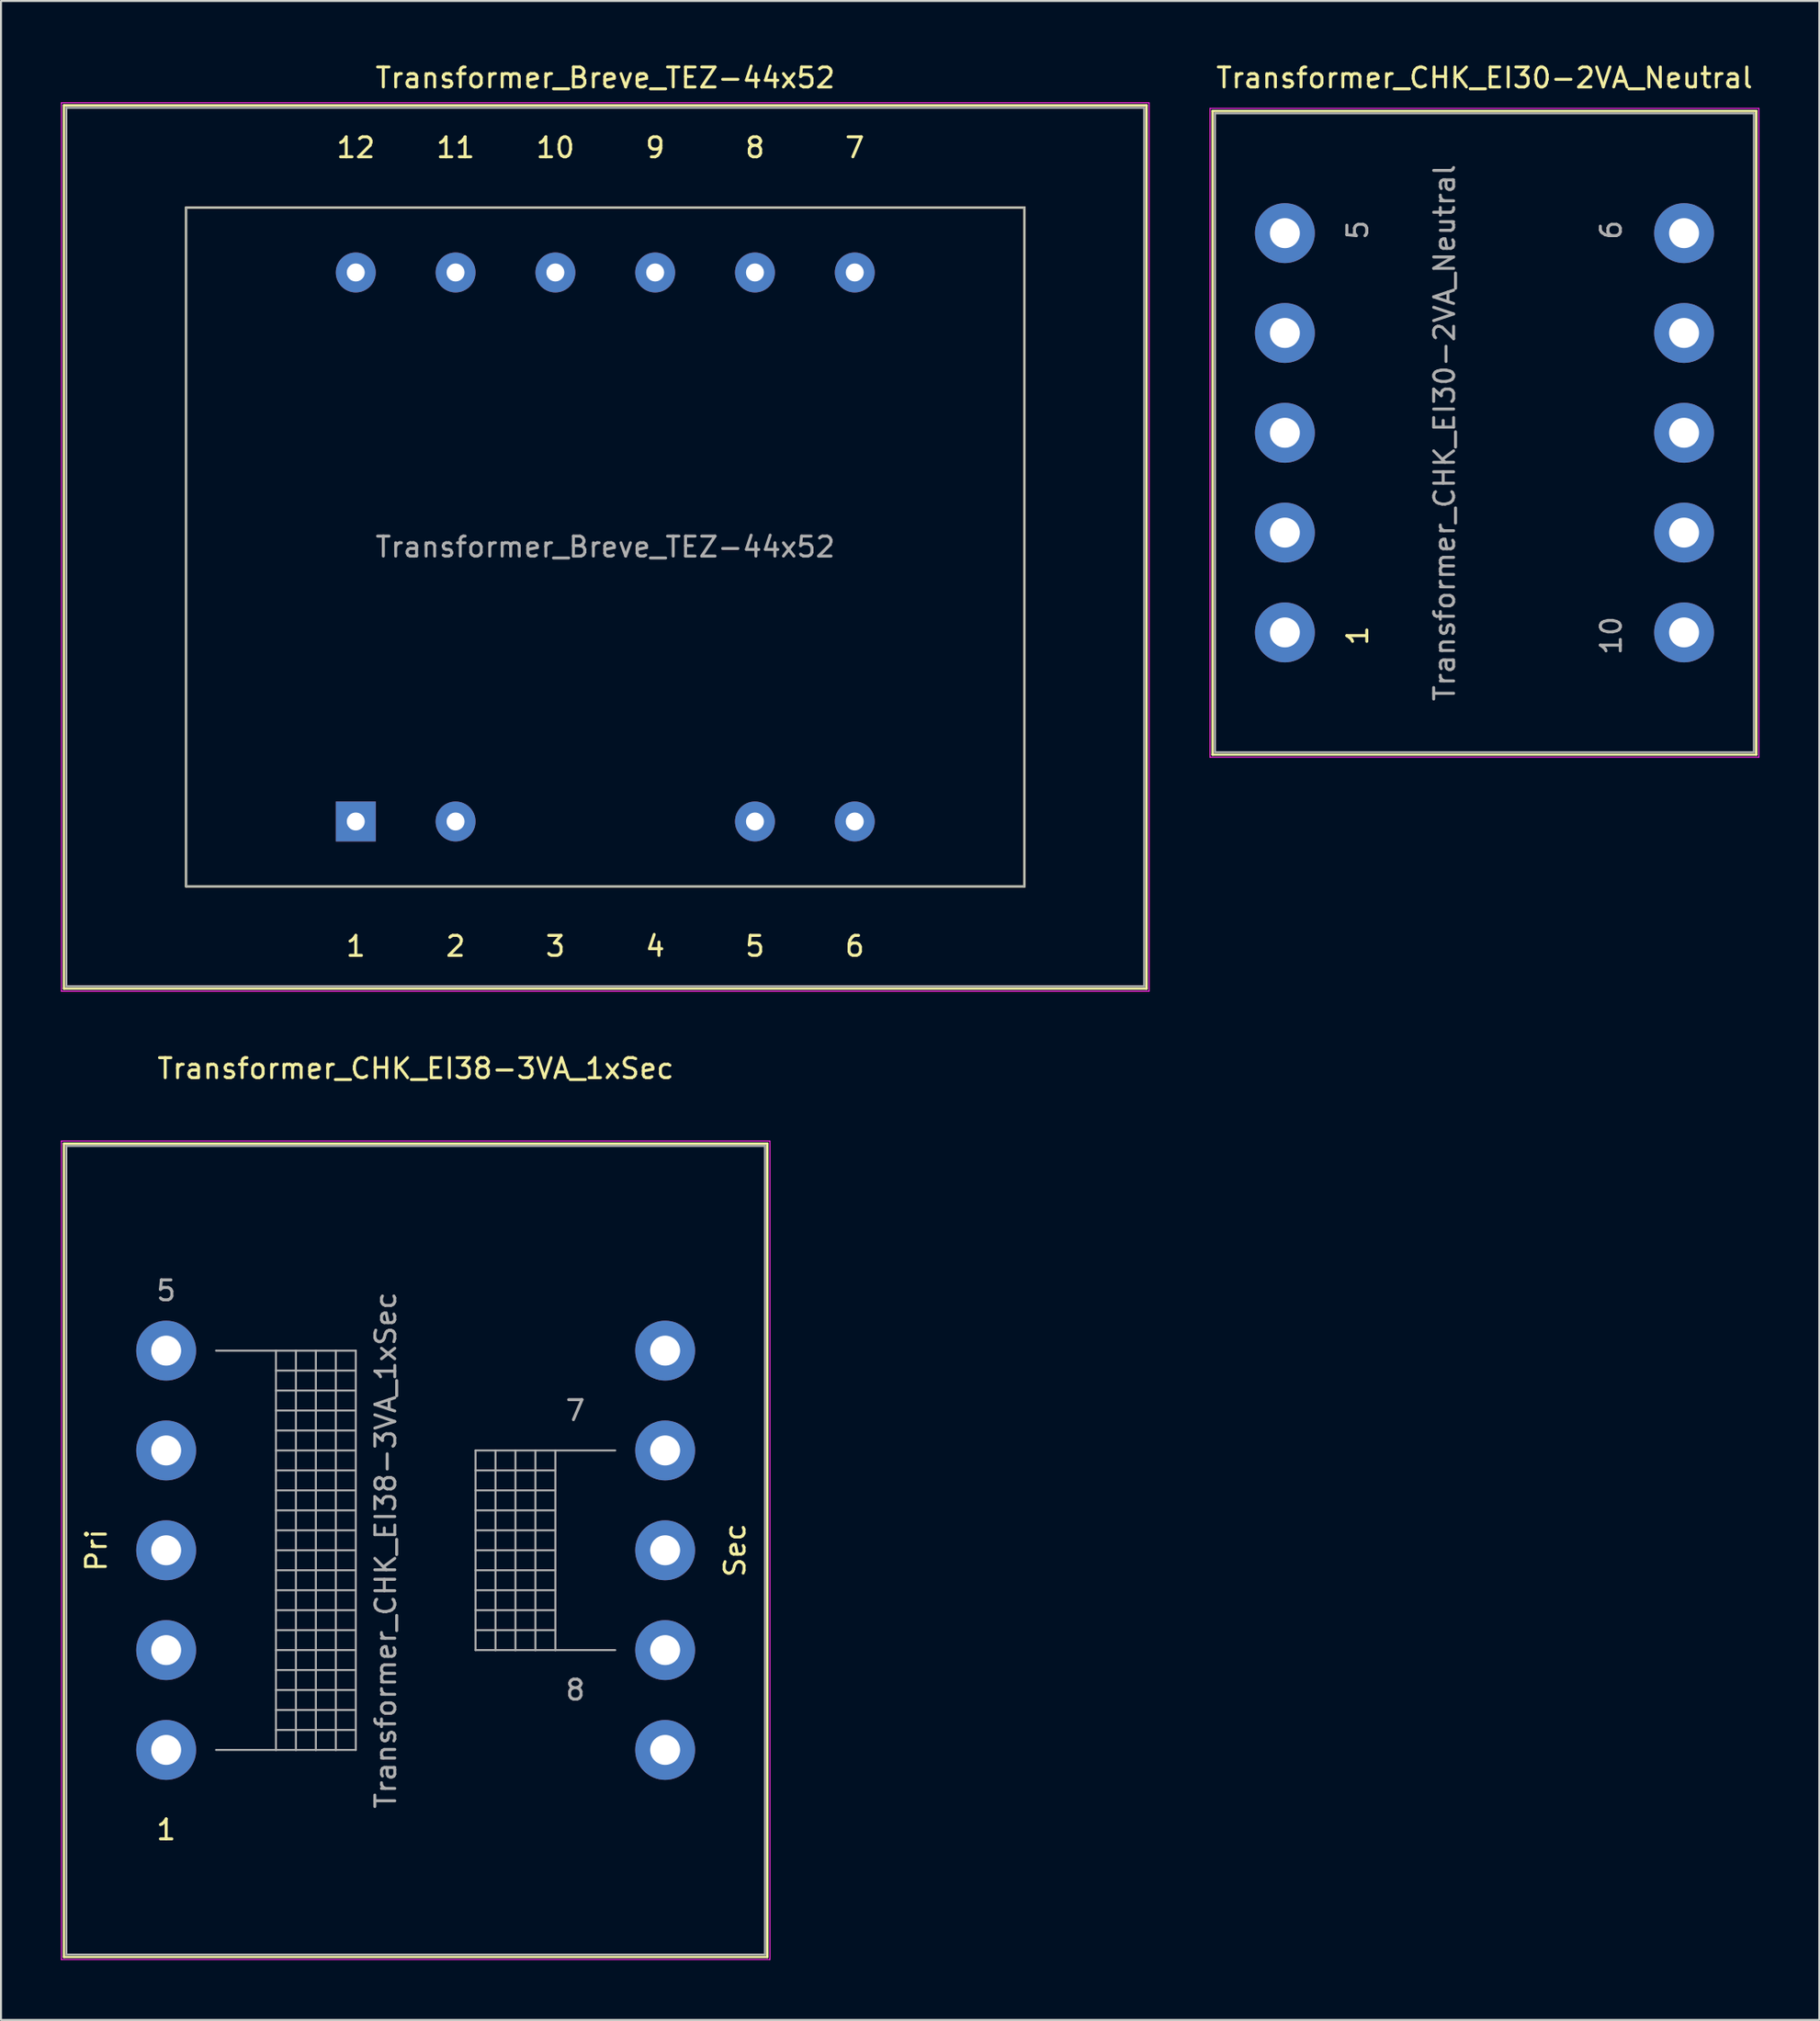
<source format=kicad_pcb>
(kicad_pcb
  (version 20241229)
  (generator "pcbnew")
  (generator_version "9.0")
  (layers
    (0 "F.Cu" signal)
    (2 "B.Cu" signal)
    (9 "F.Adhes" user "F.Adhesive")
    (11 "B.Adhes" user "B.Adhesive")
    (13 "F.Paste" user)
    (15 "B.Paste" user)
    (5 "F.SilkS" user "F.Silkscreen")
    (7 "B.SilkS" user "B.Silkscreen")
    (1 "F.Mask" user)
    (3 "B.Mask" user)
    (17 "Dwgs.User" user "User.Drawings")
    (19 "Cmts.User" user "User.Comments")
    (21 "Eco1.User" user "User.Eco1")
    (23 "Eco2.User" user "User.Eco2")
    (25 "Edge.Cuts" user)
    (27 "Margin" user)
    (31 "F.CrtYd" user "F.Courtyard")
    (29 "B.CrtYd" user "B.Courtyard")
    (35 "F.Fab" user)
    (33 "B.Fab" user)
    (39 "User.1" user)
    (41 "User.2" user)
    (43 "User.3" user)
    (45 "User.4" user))
  (footprint "Transformer_Breve_TEZ-44x52"
    (layer "F.Cu")
    (at 14.775 38.098)
    (property "Reference" "Transformer_Breve_TEZ-44x52" (at 12.5 -37.25 0) (layer "F.SilkS") (effects (font (size 1 1) (thickness 0.15))))
    (attr through_hole)
    (fp_line (start -14.62 -35.87) (end -14.62 8.37) (stroke (width 0.12) (type solid)) (layer "F.SilkS"))
    (fp_line (start -14.62 -35.87) (end 39.62 -35.87) (stroke (width 0.12) (type solid)) (layer "F.SilkS"))
    (fp_line (start -8.5 -30.75) (end 33.5 -30.75) (stroke (width 0.12) (type solid)) (layer "F.SilkS"))
    (fp_line (start -8.5 3.25) (end -8.5 -30.75) (stroke (width 0.12) (type solid)) (layer "F.SilkS"))
    (fp_line (start 33.5 -30.75) (end 33.5 3.25) (stroke (width 0.12) (type solid)) (layer "F.SilkS"))
    (fp_line (start 33.5 3.25) (end -8.5 3.25) (stroke (width 0.12) (type solid)) (layer "F.SilkS"))
    (fp_line (start 39.62 8.37) (end -14.62 8.37) (stroke (width 0.12) (type solid)) (layer "F.SilkS"))
    (fp_line (start 39.62 8.37) (end 39.62 -35.87) (stroke (width 0.12) (type solid)) (layer "F.SilkS"))
    (fp_line (start -14.75 -36) (end -14.75 8.5) (stroke (width 0.05) (type solid)) (layer "F.CrtYd"))
    (fp_line (start -14.75 -36) (end 39.75 -36) (stroke (width 0.05) (type solid)) (layer "F.CrtYd"))
    (fp_line (start 39.75 8.5) (end -14.75 8.5) (stroke (width 0.05) (type solid)) (layer "F.CrtYd"))
    (fp_line (start 39.75 8.5) (end 39.75 -36) (stroke (width 0.05) (type solid)) (layer "F.CrtYd"))
    (fp_line (start -14.5 -35.75) (end 39.5 -35.75) (stroke (width 0.1) (type solid)) (layer "F.Fab"))
    (fp_line (start -14.5 8.25) (end -14.5 -35.75) (stroke (width 0.1) (type solid)) (layer "F.Fab"))
    (fp_line (start -8.5 -30.75) (end 33.5 -30.75) (stroke (width 0.1) (type solid)) (layer "F.Fab"))
    (fp_line (start -8.5 3.25) (end -8.5 -30.75) (stroke (width 0.1) (type solid)) (layer "F.Fab"))
    (fp_line (start 33.5 -30.75) (end 33.5 3.25) (stroke (width 0.1) (type solid)) (layer "F.Fab"))
    (fp_line (start 33.5 3.25) (end -8.5 3.25) (stroke (width 0.1) (type solid)) (layer "F.Fab"))
    (fp_line (start 39.5 -35.75) (end 39.5 8.25) (stroke (width 0.1) (type solid)) (layer "F.Fab"))
    (fp_line (start 39.5 8.25) (end -14.5 8.25) (stroke (width 0.1) (type solid)) (layer "F.Fab"))
    (fp_text user "5" (at 20 6.25 0) (layer "F.SilkS") (effects (font (size 1 1) (thickness 0.15))))
    (fp_text user "11" (at 5 -33.75 0) (layer "F.SilkS") (effects (font (size 1 1) (thickness 0.15))))
    (fp_text user "12" (at 0 -33.75 0) (layer "F.SilkS") (effects (font (size 1 1) (thickness 0.15))))
    (fp_text user "1" (at 0 6.25 0) (layer "F.SilkS") (effects (font (size 1 1) (thickness 0.15))))
    (fp_text user "6" (at 25 6.25 0) (layer "F.SilkS") (effects (font (size 1 1) (thickness 0.15))))
    (fp_text user "3" (at 10 6.25 0) (layer "F.SilkS") (effects (font (size 1 1) (thickness 0.15))))
    (fp_text user "8" (at 20 -33.75 0) (layer "F.SilkS") (effects (font (size 1 1) (thickness 0.15))))
    (fp_text user "4" (at 15 6.25 0) (layer "F.SilkS") (effects (font (size 1 1) (thickness 0.15))))
    (fp_text user "9" (at 15 -33.75 0) (layer "F.SilkS") (effects (font (size 1 1) (thickness 0.15))))
    (fp_text user "2" (at 5 6.25 0) (layer "F.SilkS") (effects (font (size 1 1) (thickness 0.15))))
    (fp_text user "7" (at 25 -33.75 0) (layer "F.SilkS") (effects (font (size 1 1) (thickness 0.15))))
    (fp_text user "10" (at 10 -33.75 0) (layer "F.SilkS") (effects (font (size 1 1) (thickness 0.15))))
    (fp_text user "${REFERENCE}" (at 12.5 -13.75 0) (layer "F.Fab") (effects (font (size 1 1) (thickness 0.15))))
    (pad "1" thru_hole rect (at 0 0) (size 2 2) (drill 0.9) (layers "*.Cu" "*.Mask"))
    (pad "2" thru_hole circle (at 5 0) (size 2 2) (drill 0.9) (layers "*.Cu" "*.Mask"))
    (pad "5" thru_hole circle (at 20 0) (size 2 2) (drill 0.9) (layers "*.Cu" "*.Mask"))
    (pad "6" thru_hole circle (at 25 0) (size 2 2) (drill 0.9) (layers "*.Cu" "*.Mask"))
    (pad "7" thru_hole circle (at 25 -27.5) (size 2 2) (drill 0.9) (layers "*.Cu" "*.Mask"))
    (pad "8" thru_hole circle (at 20 -27.5) (size 2 2) (drill 0.9) (layers "*.Cu" "*.Mask"))
    (pad "9" thru_hole circle (at 15 -27.5) (size 2 2) (drill 0.9) (layers "*.Cu" "*.Mask"))
    (pad "10" thru_hole circle (at 10 -27.5) (size 2 2) (drill 0.9) (layers "*.Cu" "*.Mask"))
    (pad "11" thru_hole circle (at 5 -27.5) (size 2 2) (drill 0.9) (layers "*.Cu" "*.Mask"))
    (pad "12" thru_hole circle (at 0 -27.5) (size 2 2) (drill 0.9) (layers "*.Cu" "*.Mask")))
  (footprint "Transformer_CHK_EI30-2VA_Neutral"
    (layer "F.Cu")
    (at 61.325 28.628)
    (property "Reference" "Transformer_CHK_EI30-2VA_Neutral" (at 10 -27.78 0) (layer "F.SilkS") (effects (font (size 1 1) (thickness 0.15))))
    (attr through_hole)
    (fp_line (start -3.62 -26.12) (end -3.62 6.12) (stroke (width 0.12) (type solid)) (layer "F.SilkS"))
    (fp_line (start -3.62 -26.12) (end 23.62 -26.12) (stroke (width 0.12) (type solid)) (layer "F.SilkS"))
    (fp_line (start 23.62 6.12) (end -3.62 6.12) (stroke (width 0.12) (type solid)) (layer "F.SilkS"))
    (fp_line (start 23.62 6.12) (end 23.62 -26.12) (stroke (width 0.12) (type solid)) (layer "F.SilkS"))
    (fp_line (start -3.75 -26.25) (end -3.75 6.25) (stroke (width 0.05) (type solid)) (layer "F.CrtYd"))
    (fp_line (start -3.75 -26.25) (end 23.75 -26.25) (stroke (width 0.05) (type solid)) (layer "F.CrtYd"))
    (fp_line (start 23.75 6.25) (end -3.75 6.25) (stroke (width 0.05) (type solid)) (layer "F.CrtYd"))
    (fp_line (start 23.75 6.25) (end 23.75 -26.25) (stroke (width 0.05) (type solid)) (layer "F.CrtYd"))
    (fp_line (start -3.5 -26) (end -3.5 6) (stroke (width 0.1) (type solid)) (layer "F.Fab"))
    (fp_line (start -3.5 6) (end 23.5 6) (stroke (width 0.1) (type solid)) (layer "F.Fab"))
    (fp_line (start 23.5 -26) (end -3.5 -26) (stroke (width 0.1) (type solid)) (layer "F.Fab"))
    (fp_line (start 23.5 6) (end 23.5 -26) (stroke (width 0.1) (type solid)) (layer "F.Fab"))
    (fp_text user "1" (at 3.65 0.16 90) (layer "F.SilkS") (effects (font (size 1 1) (thickness 0.15))))
    (fp_text user "${REFERENCE}" (at 8 -10 90) (layer "F.Fab") (effects (font (size 1 1) (thickness 0.15))))
    (fp_text user "5" (at 3.65 -20.16 90) (layer "F.Fab") (effects (font (size 1 1) (thickness 0.15))))
    (fp_text user "6" (at 16.35 -20.16 90) (layer "F.Fab") (effects (font (size 1 1) (thickness 0.15))))
    (fp_text user "10" (at 16.35 0.16 90) (layer "F.Fab") (effects (font (size 1 1) (thickness 0.15))))
    (pad "1" thru_hole circle (at 0 0) (size 3 3) (drill 1.5) (layers "*.Cu" "*.Mask"))
    (pad "2" thru_hole circle (at 0 -5) (size 3 3) (drill 1.5) (layers "*.Cu" "*.Mask"))
    (pad "3" thru_hole circle (at 0 -10) (size 3 3) (drill 1.5) (layers "*.Cu" "*.Mask"))
    (pad "4" thru_hole circle (at 0 -15) (size 3 3) (drill 1.5) (layers "*.Cu" "*.Mask"))
    (pad "5" thru_hole circle (at 0 -20) (size 3 3) (drill 1.5) (layers "*.Cu" "*.Mask"))
    (pad "6" thru_hole circle (at 20 -20) (size 3 3) (drill 1.5) (layers "*.Cu" "*.Mask"))
    (pad "7" thru_hole circle (at 20 -15) (size 3 3) (drill 1.5) (layers "*.Cu" "*.Mask"))
    (pad "8" thru_hole circle (at 20 -10) (size 3 3) (drill 1.5) (layers "*.Cu" "*.Mask"))
    (pad "9" thru_hole circle (at 20 -5) (size 3 3) (drill 1.5) (layers "*.Cu" "*.Mask"))
    (pad "10" thru_hole circle (at 20 0) (size 3 3) (drill 1.5) (layers "*.Cu" "*.Mask")))
  (footprint "Transformer_CHK_EI38-3VA_1xSec"
    (layer "F.Cu")
    (at 5.275 84.602)
    (property "Reference" "Transformer_CHK_EI38-3VA_1xSec" (at 12.5 -34.13 0) (layer "F.SilkS") (effects (font (size 1 1) (thickness 0.15))))
    (attr through_hole)
    (fp_line (start -5.12 -30.37) (end -5.12 10.37) (stroke (width 0.12) (type solid)) (layer "F.SilkS"))
    (fp_line (start -5.12 -30.37) (end 30.12 -30.37) (stroke (width 0.12) (type solid)) (layer "F.SilkS"))
    (fp_line (start 30.12 10.37) (end -5.12 10.37) (stroke (width 0.12) (type solid)) (layer "F.SilkS"))
    (fp_line (start 30.12 10.37) (end 30.12 -30.37) (stroke (width 0.12) (type solid)) (layer "F.SilkS"))
    (fp_line (start -5.25 -30.5) (end -5.25 10.5) (stroke (width 0.05) (type solid)) (layer "F.CrtYd"))
    (fp_line (start -5.25 -30.5) (end 30.25 -30.5) (stroke (width 0.05) (type solid)) (layer "F.CrtYd"))
    (fp_line (start 30.25 10.5) (end -5.25 10.5) (stroke (width 0.05) (type solid)) (layer "F.CrtYd"))
    (fp_line (start 30.25 10.5) (end 30.25 -30.5) (stroke (width 0.05) (type solid)) (layer "F.CrtYd"))
    (fp_line (start -5 -30.25) (end -5 10.25) (stroke (width 0.1) (type solid)) (layer "F.Fab"))
    (fp_line (start -5 10.25) (end 30 10.25) (stroke (width 0.1) (type solid)) (layer "F.Fab"))
    (fp_line (start 2.5 -20) (end 5.5 -20) (stroke (width 0.1) (type solid)) (layer "F.Fab"))
    (fp_line (start 5.5 -20) (end 5.5 0) (stroke (width 0.1) (type solid)) (layer "F.Fab"))
    (fp_line (start 5.5 -20) (end 6.5 -20) (stroke (width 0.1) (type solid)) (layer "F.Fab"))
    (fp_line (start 5.5 -19) (end 9.5 -19) (stroke (width 0.1) (type solid)) (layer "F.Fab"))
    (fp_line (start 5.5 -18) (end 9.5 -18) (stroke (width 0.1) (type solid)) (layer "F.Fab"))
    (fp_line (start 5.5 -17) (end 9.5 -17) (stroke (width 0.1) (type solid)) (layer "F.Fab"))
    (fp_line (start 5.5 -16) (end 9.5 -16) (stroke (width 0.1) (type solid)) (layer "F.Fab"))
    (fp_line (start 5.5 -15) (end 9.5 -15) (stroke (width 0.1) (type solid)) (layer "F.Fab"))
    (fp_line (start 5.5 -14) (end 9.5 -14) (stroke (width 0.1) (type solid)) (layer "F.Fab"))
    (fp_line (start 5.5 -13) (end 9.5 -13) (stroke (width 0.1) (type solid)) (layer "F.Fab"))
    (fp_line (start 5.5 -12) (end 9.5 -12) (stroke (width 0.1) (type solid)) (layer "F.Fab"))
    (fp_line (start 5.5 -11) (end 9.5 -11) (stroke (width 0.1) (type solid)) (layer "F.Fab"))
    (fp_line (start 5.5 -10) (end 9.5 -10) (stroke (width 0.1) (type solid)) (layer "F.Fab"))
    (fp_line (start 5.5 -9) (end 9.5 -9) (stroke (width 0.1) (type solid)) (layer "F.Fab"))
    (fp_line (start 5.5 -8) (end 9.5 -8) (stroke (width 0.1) (type solid)) (layer "F.Fab"))
    (fp_line (start 5.5 -7) (end 9.5 -7) (stroke (width 0.1) (type solid)) (layer "F.Fab"))
    (fp_line (start 5.5 -6) (end 9.5 -6) (stroke (width 0.1) (type solid)) (layer "F.Fab"))
    (fp_line (start 5.5 -5) (end 9.5 -5) (stroke (width 0.1) (type solid)) (layer "F.Fab"))
    (fp_line (start 5.5 -4) (end 9.5 -4) (stroke (width 0.1) (type solid)) (layer "F.Fab"))
    (fp_line (start 5.5 -3) (end 9.5 -3) (stroke (width 0.1) (type solid)) (layer "F.Fab"))
    (fp_line (start 5.5 -2) (end 9.5 -2) (stroke (width 0.1) (type solid)) (layer "F.Fab"))
    (fp_line (start 5.5 -1) (end 9.5 -1) (stroke (width 0.1) (type solid)) (layer "F.Fab"))
    (fp_line (start 5.5 0) (end 2.5 0) (stroke (width 0.1) (type solid)) (layer "F.Fab"))
    (fp_line (start 6.5 -20) (end 6.5 0) (stroke (width 0.1) (type solid)) (layer "F.Fab"))
    (fp_line (start 6.5 -20) (end 7.5 -20) (stroke (width 0.1) (type solid)) (layer "F.Fab"))
    (fp_line (start 6.5 0) (end 5.5 0) (stroke (width 0.1) (type solid)) (layer "F.Fab"))
    (fp_line (start 7.5 -20) (end 7.5 0) (stroke (width 0.1) (type solid)) (layer "F.Fab"))
    (fp_line (start 7.5 -20) (end 8.5 -20) (stroke (width 0.1) (type solid)) (layer "F.Fab"))
    (fp_line (start 7.5 0) (end 6.5 0) (stroke (width 0.1) (type solid)) (layer "F.Fab"))
    (fp_line (start 8.5 -20) (end 8.5 0) (stroke (width 0.1) (type solid)) (layer "F.Fab"))
    (fp_line (start 8.5 -20) (end 9.5 -20) (stroke (width 0.1) (type solid)) (layer "F.Fab"))
    (fp_line (start 8.5 0) (end 7.5 0) (stroke (width 0.1) (type solid)) (layer "F.Fab"))
    (fp_line (start 9.5 -20) (end 9.5 0) (stroke (width 0.1) (type solid)) (layer "F.Fab"))
    (fp_line (start 9.5 0) (end 8.5 0) (stroke (width 0.1) (type solid)) (layer "F.Fab"))
    (fp_line (start 15.5 -15) (end 15.5 -5) (stroke (width 0.1) (type solid)) (layer "F.Fab"))
    (fp_line (start 15.5 -14) (end 19.5 -14) (stroke (width 0.1) (type solid)) (layer "F.Fab"))
    (fp_line (start 15.5 -12) (end 19.5 -12) (stroke (width 0.1) (type solid)) (layer "F.Fab"))
    (fp_line (start 15.5 -10) (end 19.5 -10) (stroke (width 0.1) (type solid)) (layer "F.Fab"))
    (fp_line (start 15.5 -8) (end 19.5 -8) (stroke (width 0.1) (type solid)) (layer "F.Fab"))
    (fp_line (start 15.5 -6) (end 19.5 -6) (stroke (width 0.1) (type solid)) (layer "F.Fab"))
    (fp_line (start 15.5 -5) (end 16.5 -5) (stroke (width 0.1) (type solid)) (layer "F.Fab"))
    (fp_line (start 16.5 -15) (end 15.5 -15) (stroke (width 0.1) (type solid)) (layer "F.Fab"))
    (fp_line (start 16.5 -15) (end 16.5 -5) (stroke (width 0.1) (type solid)) (layer "F.Fab"))
    (fp_line (start 16.5 -5) (end 17.5 -5) (stroke (width 0.1) (type solid)) (layer "F.Fab"))
    (fp_line (start 17.5 -15) (end 16.5 -15) (stroke (width 0.1) (type solid)) (layer "F.Fab"))
    (fp_line (start 17.5 -15) (end 17.5 -5) (stroke (width 0.1) (type solid)) (layer "F.Fab"))
    (fp_line (start 17.5 -5) (end 18.5 -5) (stroke (width 0.1) (type solid)) (layer "F.Fab"))
    (fp_line (start 18.5 -15) (end 17.5 -15) (stroke (width 0.1) (type solid)) (layer "F.Fab"))
    (fp_line (start 18.5 -15) (end 18.5 -5) (stroke (width 0.1) (type solid)) (layer "F.Fab"))
    (fp_line (start 18.5 -5) (end 19.5 -5) (stroke (width 0.1) (type solid)) (layer "F.Fab"))
    (fp_line (start 19.5 -15) (end 18.5 -15) (stroke (width 0.1) (type solid)) (layer "F.Fab"))
    (fp_line (start 19.5 -15) (end 19.5 -5) (stroke (width 0.1) (type solid)) (layer "F.Fab"))
    (fp_line (start 19.5 -13) (end 15.5 -13) (stroke (width 0.1) (type solid)) (layer "F.Fab"))
    (fp_line (start 19.5 -11) (end 15.5 -11) (stroke (width 0.1) (type solid)) (layer "F.Fab"))
    (fp_line (start 19.5 -9) (end 15.5 -9) (stroke (width 0.1) (type solid)) (layer "F.Fab"))
    (fp_line (start 19.5 -7) (end 15.5 -7) (stroke (width 0.1) (type solid)) (layer "F.Fab"))
    (fp_line (start 19.5 -5) (end 22.5 -5) (stroke (width 0.1) (type solid)) (layer "F.Fab"))
    (fp_line (start 22.5 -15) (end 19.5 -15) (stroke (width 0.1) (type solid)) (layer "F.Fab"))
    (fp_line (start 30 -30.25) (end -5 -30.25) (stroke (width 0.1) (type solid)) (layer "F.Fab"))
    (fp_line (start 30 10.25) (end 30 -30.25) (stroke (width 0.1) (type solid)) (layer "F.Fab"))
    (fp_text user "Sec" (at 28.5 -10 90) (layer "F.SilkS") (effects (font (size 1 1) (thickness 0.15))))
    (fp_text user "Pri" (at -3.5 -10 90) (layer "F.SilkS") (effects (font (size 1 1) (thickness 0.15))))
    (fp_text user "1" (at 0 4 0) (layer "F.SilkS") (effects (font (size 1 1) (thickness 0.15))))
    (fp_text user "7" (at 20.5 -17 0) (layer "F.Fab") (effects (font (size 1 1) (thickness 0.15))))
    (fp_text user "${REFERENCE}" (at 11 -10 90) (layer "F.Fab") (effects (font (size 1 1) (thickness 0.15))))
    (fp_text user "5" (at 0 -23 0) (layer "F.Fab") (effects (font (size 1 1) (thickness 0.15))))
    (fp_text user "8" (at 20.5 -3 0) (layer "F.Fab") (effects (font (size 1 1) (thickness 0.15))))
    (pad "1" thru_hole circle (at 0 0) (size 3 3) (drill 1.5) (layers "*.Cu" "*.Mask"))
    (pad "2" thru_hole circle (at 0 -5) (size 3 3) (drill 1.5) (layers "*.Cu" "*.Mask"))
    (pad "3" thru_hole circle (at 0 -10) (size 3 3) (drill 1.5) (layers "*.Cu" "*.Mask"))
    (pad "4" thru_hole circle (at 0 -15) (size 3 3) (drill 1.5) (layers "*.Cu" "*.Mask"))
    (pad "5" thru_hole circle (at 0 -20) (size 3 3) (drill 1.5) (layers "*.Cu" "*.Mask"))
    (pad "6" thru_hole circle (at 25 -20) (size 3 3) (drill 1.5) (layers "*.Cu" "*.Mask"))
    (pad "7" thru_hole circle (at 25 -15) (size 3 3) (drill 1.5) (layers "*.Cu" "*.Mask"))
    (pad "8" thru_hole circle (at 25 -10) (size 3 3) (drill 1.5) (layers "*.Cu" "*.Mask"))
    (pad "9" thru_hole circle (at 25 -5) (size 3 3) (drill 1.5) (layers "*.Cu" "*.Mask"))
    (pad "10" thru_hole circle (at 25 0) (size 3 3) (drill 1.5) (layers "*.Cu" "*.Mask")))
  (gr_rect
    (start -3 -3)
    (end 88.1 98.126)
    (stroke (width 0.1) (type default))
    (fill no)
    (layer "Edge.Cuts")))
</source>
